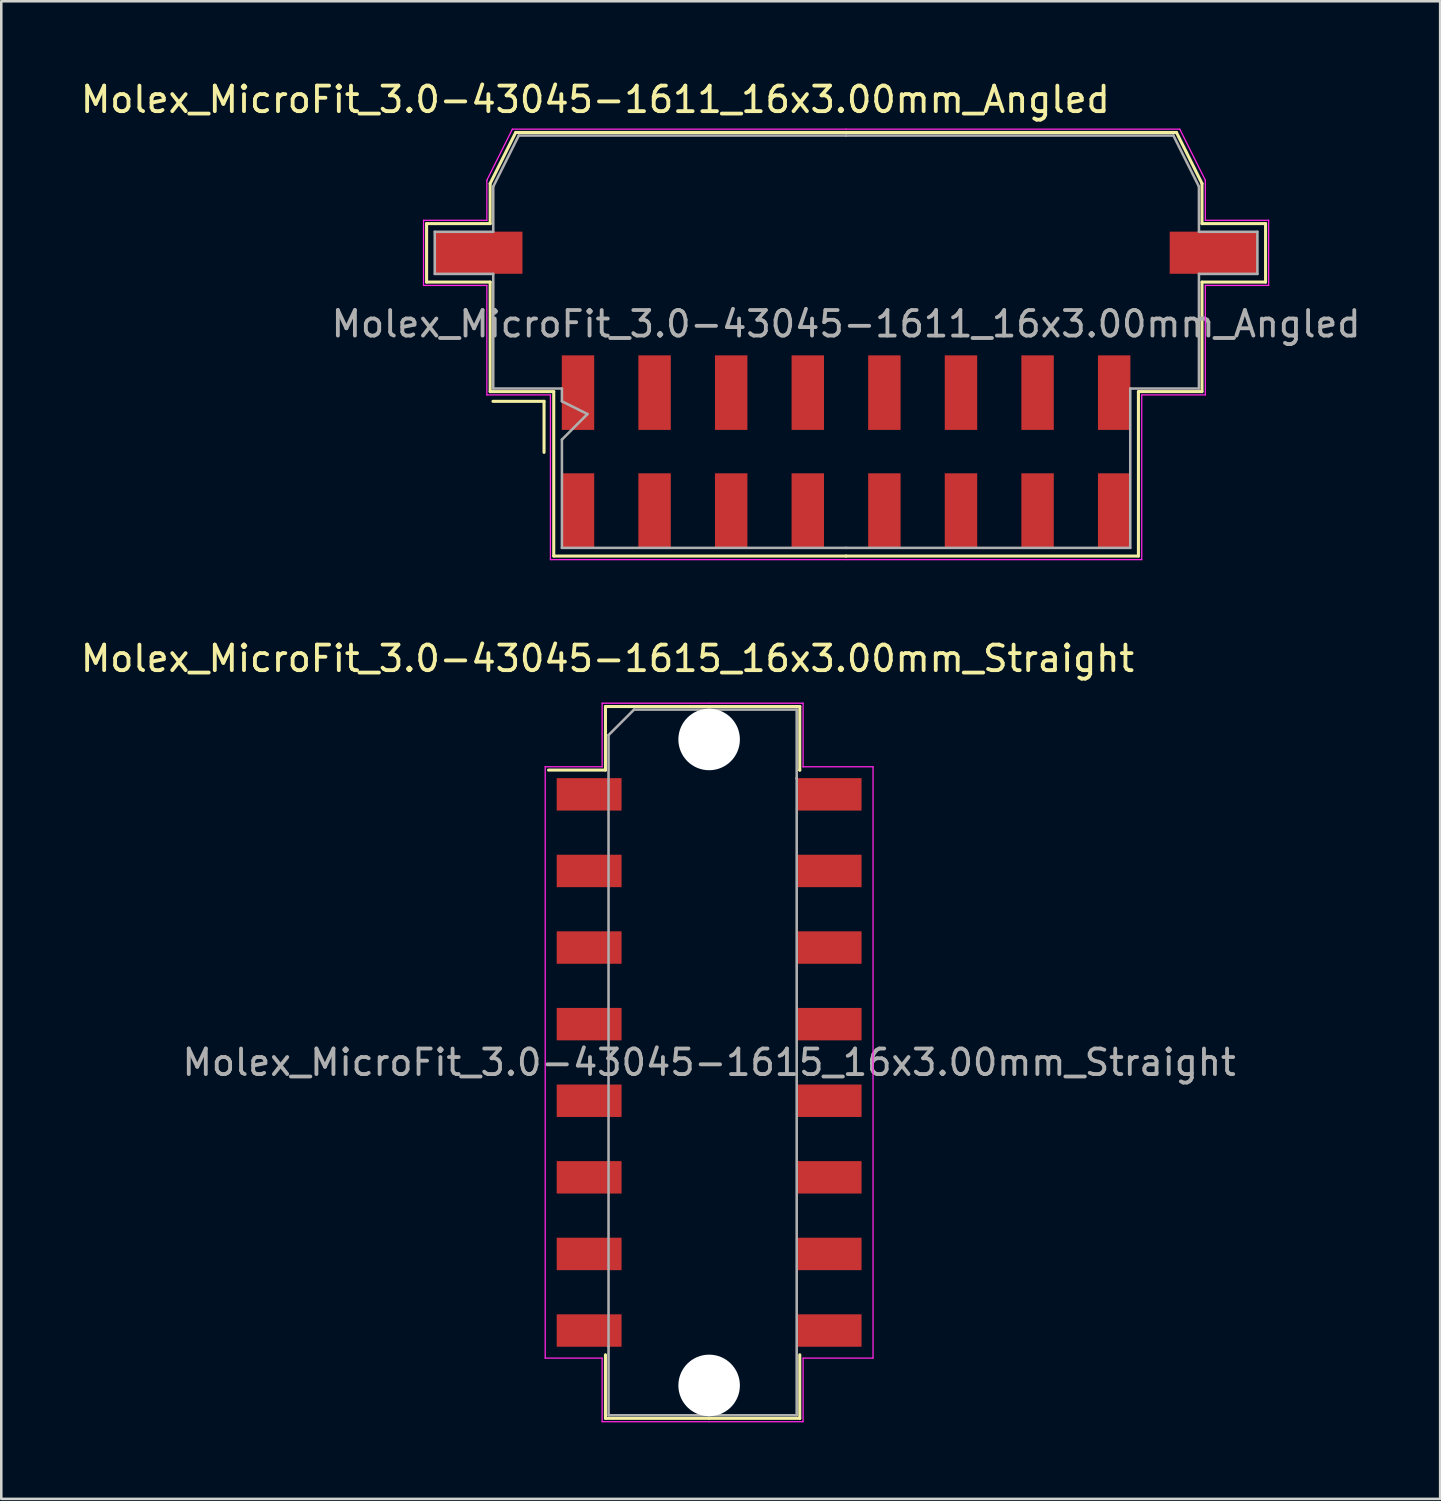
<source format=kicad_pcb>
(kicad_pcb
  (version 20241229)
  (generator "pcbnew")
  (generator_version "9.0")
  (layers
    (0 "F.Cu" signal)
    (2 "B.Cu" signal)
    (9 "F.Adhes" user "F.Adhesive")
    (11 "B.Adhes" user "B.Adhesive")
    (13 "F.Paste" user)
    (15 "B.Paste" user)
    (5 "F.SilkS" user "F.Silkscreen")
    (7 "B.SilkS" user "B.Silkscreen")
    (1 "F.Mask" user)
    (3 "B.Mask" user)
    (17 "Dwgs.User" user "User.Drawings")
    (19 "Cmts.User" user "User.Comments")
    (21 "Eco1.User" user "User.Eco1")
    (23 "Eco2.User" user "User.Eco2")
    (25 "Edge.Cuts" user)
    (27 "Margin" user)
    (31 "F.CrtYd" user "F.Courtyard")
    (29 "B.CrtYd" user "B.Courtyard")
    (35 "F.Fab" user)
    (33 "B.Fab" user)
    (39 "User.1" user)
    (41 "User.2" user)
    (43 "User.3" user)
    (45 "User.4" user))
  (footprint "Molex_MicroFit_3.0-43045-1615_16x3.00mm_Straight"
    (layer "F.Cu")
    (at 24.724 38.562)
    (property "Reference" "Molex_MicroFit_3.0-43045-1615_16x3.00mm_Straight" (at -3.98 -15.82 0) (layer "F.SilkS") (effects (font (size 1 1) (thickness 0.15))))
    (attr smd)
    (fp_line (start -6.29 -11.45) (end -4.06 -11.45) (stroke (width 0.12) (type solid)) (layer "F.SilkS"))
    (fp_line (start -4.06 -13.94) (end 0 -13.94) (stroke (width 0.12) (type solid)) (layer "F.SilkS"))
    (fp_line (start -4.06 -11.45) (end -4.06 -13.94) (stroke (width 0.12) (type solid)) (layer "F.SilkS"))
    (fp_line (start -4.06 13.94) (end -4.06 11.45) (stroke (width 0.12) (type solid)) (layer "F.SilkS"))
    (fp_line (start 0 -13.94) (end 3.55 -13.94) (stroke (width 0.12) (type solid)) (layer "F.SilkS"))
    (fp_line (start 0 13.94) (end -4.06 13.94) (stroke (width 0.12) (type solid)) (layer "F.SilkS"))
    (fp_line (start 3.55 -13.94) (end 3.55 -11.45) (stroke (width 0.12) (type solid)) (layer "F.SilkS"))
    (fp_line (start 3.55 -11.45) (end 3.55 -11.45) (stroke (width 0.12) (type solid)) (layer "F.SilkS"))
    (fp_line (start 3.55 11.45) (end 3.55 13.94) (stroke (width 0.12) (type solid)) (layer "F.SilkS"))
    (fp_line (start 3.55 13.94) (end 0 13.94) (stroke (width 0.12) (type solid)) (layer "F.SilkS"))
    (fp_line (start -6.42 -11.58) (end -4.19 -11.58) (stroke (width 0.05) (type solid)) (layer "F.CrtYd"))
    (fp_line (start -6.42 11.58) (end -6.42 -11.58) (stroke (width 0.05) (type solid)) (layer "F.CrtYd"))
    (fp_line (start -4.19 -14.07) (end 0 -14.07) (stroke (width 0.05) (type solid)) (layer "F.CrtYd"))
    (fp_line (start -4.19 -11.58) (end -4.19 -14.07) (stroke (width 0.05) (type solid)) (layer "F.CrtYd"))
    (fp_line (start -4.19 11.58) (end -6.42 11.58) (stroke (width 0.05) (type solid)) (layer "F.CrtYd"))
    (fp_line (start -4.19 14.07) (end -4.19 11.58) (stroke (width 0.05) (type solid)) (layer "F.CrtYd"))
    (fp_line (start 0 -14.07) (end 3.68 -14.07) (stroke (width 0.05) (type solid)) (layer "F.CrtYd"))
    (fp_line (start 0 14.07) (end -4.19 14.07) (stroke (width 0.05) (type solid)) (layer "F.CrtYd"))
    (fp_line (start 3.68 -14.07) (end 3.68 -11.58) (stroke (width 0.05) (type solid)) (layer "F.CrtYd"))
    (fp_line (start 3.68 -11.58) (end 3.68 -11.58) (stroke (width 0.05) (type solid)) (layer "F.CrtYd"))
    (fp_line (start 3.68 -11.58) (end 6.42 -11.58) (stroke (width 0.05) (type solid)) (layer "F.CrtYd"))
    (fp_line (start 3.68 11.58) (end 3.68 14.07) (stroke (width 0.05) (type solid)) (layer "F.CrtYd"))
    (fp_line (start 3.68 14.07) (end 0 14.07) (stroke (width 0.05) (type solid)) (layer "F.CrtYd"))
    (fp_line (start 6.42 -11.58) (end 6.42 11.58) (stroke (width 0.05) (type solid)) (layer "F.CrtYd"))
    (fp_line (start 6.42 11.58) (end 3.68 11.58) (stroke (width 0.05) (type solid)) (layer "F.CrtYd"))
    (fp_line (start -3.94 -12.82) (end -2.94 -13.82) (stroke (width 0.1) (type solid)) (layer "F.Fab"))
    (fp_line (start -3.94 11.13) (end -3.94 -12.82) (stroke (width 0.1) (type solid)) (layer "F.Fab"))
    (fp_line (start -3.94 13.82) (end -3.94 11.13) (stroke (width 0.1) (type solid)) (layer "F.Fab"))
    (fp_line (start -2.94 -13.82) (end 0 -13.82) (stroke (width 0.1) (type solid)) (layer "F.Fab"))
    (fp_line (start 0 -13.82) (end 3.43 -13.82) (stroke (width 0.1) (type solid)) (layer "F.Fab"))
    (fp_line (start 0 13.82) (end -3.94 13.82) (stroke (width 0.1) (type solid)) (layer "F.Fab"))
    (fp_line (start 3.43 -13.82) (end 3.43 -11.13) (stroke (width 0.1) (type solid)) (layer "F.Fab"))
    (fp_line (start 3.43 -11.13) (end 3.43 -11.13) (stroke (width 0.1) (type solid)) (layer "F.Fab"))
    (fp_line (start 3.43 -11.13) (end 3.43 13.82) (stroke (width 0.1) (type solid)) (layer "F.Fab"))
    (fp_line (start 3.43 13.82) (end 0 13.82) (stroke (width 0.1) (type solid)) (layer "F.Fab"))
    (fp_text user "${REFERENCE}" (at 0 0 0) (layer "F.Fab") (effects (font (size 1 1) (thickness 0.15))))
    (pad "" np_thru_hole circle (at 0 -12.65) (size 2.41 2.41) (drill 2.41) (layers "*.Cu"))
    (pad "" np_thru_hole circle (at 0 12.65) (size 2.41 2.41) (drill 2.41) (layers "*.Cu"))
    (pad "1" smd rect (at -4.7 -10.5) (size 2.54 1.27) (layers "F.Cu" "F.Mask" "F.Paste"))
    (pad "2" smd rect (at -4.7 -7.5) (size 2.54 1.27) (layers "F.Cu" "F.Mask" "F.Paste"))
    (pad "3" smd rect (at -4.7 -4.5) (size 2.54 1.27) (layers "F.Cu" "F.Mask" "F.Paste"))
    (pad "4" smd rect (at -4.7 -1.5) (size 2.54 1.27) (layers "F.Cu" "F.Mask" "F.Paste"))
    (pad "5" smd rect (at -4.7 1.5) (size 2.54 1.27) (layers "F.Cu" "F.Mask" "F.Paste"))
    (pad "6" smd rect (at -4.7 4.5) (size 2.54 1.27) (layers "F.Cu" "F.Mask" "F.Paste"))
    (pad "7" smd rect (at -4.7 7.5) (size 2.54 1.27) (layers "F.Cu" "F.Mask" "F.Paste"))
    (pad "8" smd rect (at -4.7 10.5) (size 2.54 1.27) (layers "F.Cu" "F.Mask" "F.Paste"))
    (pad "9" smd rect (at 4.7 10.5) (size 2.54 1.27) (layers "F.Cu" "F.Mask" "F.Paste"))
    (pad "10" smd rect (at 4.7 7.5) (size 2.54 1.27) (layers "F.Cu" "F.Mask" "F.Paste"))
    (pad "11" smd rect (at 4.7 4.5) (size 2.54 1.27) (layers "F.Cu" "F.Mask" "F.Paste"))
    (pad "12" smd rect (at 4.7 1.5) (size 2.54 1.27) (layers "F.Cu" "F.Mask" "F.Paste"))
    (pad "13" smd rect (at 4.7 -1.5) (size 2.54 1.27) (layers "F.Cu" "F.Mask" "F.Paste"))
    (pad "14" smd rect (at 4.7 -4.5) (size 2.54 1.27) (layers "F.Cu" "F.Mask" "F.Paste"))
    (pad "15" smd rect (at 4.7 -7.5) (size 2.54 1.27) (layers "F.Cu" "F.Mask" "F.Paste"))
    (pad "16" smd rect (at 4.7 -10.5) (size 2.54 1.27) (layers "F.Cu" "F.Mask" "F.Paste")))
  (footprint "Molex_MicroFit_3.0-43045-1611_16x3.00mm_Angled"
    (layer "F.Cu")
    (at 30.088 14.638)
    (property "Reference" "Molex_MicroFit_3.0-43045-1611_16x3.00mm_Angled" (at -9.82 -13.79 0) (layer "F.SilkS") (effects (font (size 1 1) (thickness 0.15))))
    (attr smd)
    (fp_line (start -16.43 -8.93) (end -16.43 -6.64) (stroke (width 0.12) (type solid)) (layer "F.SilkS"))
    (fp_line (start -16.43 -6.64) (end -13.94 -6.64) (stroke (width 0.12) (type solid)) (layer "F.SilkS"))
    (fp_line (start -13.94 -10.5) (end -13.94 -8.93) (stroke (width 0.12) (type solid)) (layer "F.SilkS"))
    (fp_line (start -13.94 -8.93) (end -16.43 -8.93) (stroke (width 0.12) (type solid)) (layer "F.SilkS"))
    (fp_line (start -13.94 -6.64) (end -13.94 -2.35) (stroke (width 0.12) (type solid)) (layer "F.SilkS"))
    (fp_line (start -13.94 -2.35) (end -11.45 -2.35) (stroke (width 0.12) (type solid)) (layer "F.SilkS"))
    (fp_line (start -13.83 -1.97) (end -11.83 -1.97) (stroke (width 0.12) (type solid)) (layer "F.SilkS"))
    (fp_line (start -12.94 -12.5) (end -13.94 -10.5) (stroke (width 0.12) (type solid)) (layer "F.SilkS"))
    (fp_line (start -11.83 -1.97) (end -11.83 0.03) (stroke (width 0.12) (type solid)) (layer "F.SilkS"))
    (fp_line (start -11.45 -2.35) (end -11.45 4.09) (stroke (width 0.12) (type solid)) (layer "F.SilkS"))
    (fp_line (start -11.45 4.09) (end 0 4.09) (stroke (width 0.12) (type solid)) (layer "F.SilkS"))
    (fp_line (start 0 -12.5) (end -12.94 -12.5) (stroke (width 0.12) (type solid)) (layer "F.SilkS"))
    (fp_line (start 0 -12.5) (end 12.94 -12.5) (stroke (width 0.12) (type solid)) (layer "F.SilkS"))
    (fp_line (start 11.45 -2.35) (end 11.45 4.09) (stroke (width 0.12) (type solid)) (layer "F.SilkS"))
    (fp_line (start 11.45 4.09) (end 0 4.09) (stroke (width 0.12) (type solid)) (layer "F.SilkS"))
    (fp_line (start 12.94 -12.5) (end 13.94 -10.5) (stroke (width 0.12) (type solid)) (layer "F.SilkS"))
    (fp_line (start 13.94 -10.5) (end 13.94 -8.93) (stroke (width 0.12) (type solid)) (layer "F.SilkS"))
    (fp_line (start 13.94 -8.93) (end 16.43 -8.93) (stroke (width 0.12) (type solid)) (layer "F.SilkS"))
    (fp_line (start 13.94 -6.64) (end 13.94 -2.35) (stroke (width 0.12) (type solid)) (layer "F.SilkS"))
    (fp_line (start 13.94 -2.35) (end 11.45 -2.35) (stroke (width 0.12) (type solid)) (layer "F.SilkS"))
    (fp_line (start 16.43 -8.93) (end 16.43 -6.64) (stroke (width 0.12) (type solid)) (layer "F.SilkS"))
    (fp_line (start 16.43 -6.64) (end 13.94 -6.64) (stroke (width 0.12) (type solid)) (layer "F.SilkS"))
    (fp_line (start -16.55 -9.06) (end -16.55 -6.51) (stroke (width 0.05) (type solid)) (layer "F.CrtYd"))
    (fp_line (start -16.55 -6.51) (end -14.07 -6.51) (stroke (width 0.05) (type solid)) (layer "F.CrtYd"))
    (fp_line (start -14.07 -10.63) (end -14.07 -9.06) (stroke (width 0.05) (type solid)) (layer "F.CrtYd"))
    (fp_line (start -14.07 -9.06) (end -16.55 -9.06) (stroke (width 0.05) (type solid)) (layer "F.CrtYd"))
    (fp_line (start -14.07 -6.51) (end -14.07 -2.22) (stroke (width 0.05) (type solid)) (layer "F.CrtYd"))
    (fp_line (start -14.07 -2.22) (end -11.58 -2.22) (stroke (width 0.05) (type solid)) (layer "F.CrtYd"))
    (fp_line (start -13.07 -12.63) (end -14.07 -10.63) (stroke (width 0.05) (type solid)) (layer "F.CrtYd"))
    (fp_line (start -11.58 -2.22) (end -11.58 4.23) (stroke (width 0.05) (type solid)) (layer "F.CrtYd"))
    (fp_line (start -11.58 4.23) (end 0 4.23) (stroke (width 0.05) (type solid)) (layer "F.CrtYd"))
    (fp_line (start 0 -12.63) (end -13.07 -12.63) (stroke (width 0.05) (type solid)) (layer "F.CrtYd"))
    (fp_line (start 0 -12.63) (end 13.07 -12.63) (stroke (width 0.05) (type solid)) (layer "F.CrtYd"))
    (fp_line (start 11.58 -2.22) (end 11.58 4.23) (stroke (width 0.05) (type solid)) (layer "F.CrtYd"))
    (fp_line (start 11.58 4.23) (end 0 4.23) (stroke (width 0.05) (type solid)) (layer "F.CrtYd"))
    (fp_line (start 13.07 -12.63) (end 14.07 -10.63) (stroke (width 0.05) (type solid)) (layer "F.CrtYd"))
    (fp_line (start 14.07 -10.63) (end 14.07 -9.06) (stroke (width 0.05) (type solid)) (layer "F.CrtYd"))
    (fp_line (start 14.07 -9.06) (end 16.55 -9.06) (stroke (width 0.05) (type solid)) (layer "F.CrtYd"))
    (fp_line (start 14.07 -6.51) (end 14.07 -2.22) (stroke (width 0.05) (type solid)) (layer "F.CrtYd"))
    (fp_line (start 14.07 -2.22) (end 11.58 -2.22) (stroke (width 0.05) (type solid)) (layer "F.CrtYd"))
    (fp_line (start 16.55 -9.06) (end 16.55 -6.51) (stroke (width 0.05) (type solid)) (layer "F.CrtYd"))
    (fp_line (start 16.55 -6.51) (end 14.07 -6.51) (stroke (width 0.05) (type solid)) (layer "F.CrtYd"))
    (fp_line (start -16.11 -8.61) (end -16.11 -6.96) (stroke (width 0.1) (type solid)) (layer "F.Fab"))
    (fp_line (start -16.11 -6.96) (end -13.82 -6.96) (stroke (width 0.1) (type solid)) (layer "F.Fab"))
    (fp_line (start -13.82 -10.38) (end -13.82 -8.61) (stroke (width 0.1) (type solid)) (layer "F.Fab"))
    (fp_line (start -13.82 -8.61) (end -16.11 -8.61) (stroke (width 0.1) (type solid)) (layer "F.Fab"))
    (fp_line (start -13.82 -6.96) (end -13.82 -2.47) (stroke (width 0.1) (type solid)) (layer "F.Fab"))
    (fp_line (start -13.82 -2.47) (end -11.13 -2.47) (stroke (width 0.1) (type solid)) (layer "F.Fab"))
    (fp_line (start -12.82 -12.38) (end -13.82 -10.38) (stroke (width 0.1) (type solid)) (layer "F.Fab"))
    (fp_line (start -11.13 -2.47) (end -11.13 -1.97) (stroke (width 0.1) (type solid)) (layer "F.Fab"))
    (fp_line (start -11.13 -1.97) (end -10.13 -1.47) (stroke (width 0.1) (type solid)) (layer "F.Fab"))
    (fp_line (start -11.13 -0.47) (end -11.13 3.77) (stroke (width 0.1) (type solid)) (layer "F.Fab"))
    (fp_line (start -11.13 3.77) (end 0 3.77) (stroke (width 0.1) (type solid)) (layer "F.Fab"))
    (fp_line (start -10.13 -1.47) (end -11.13 -0.47) (stroke (width 0.1) (type solid)) (layer "F.Fab"))
    (fp_line (start 0 -12.38) (end -12.82 -12.38) (stroke (width 0.1) (type solid)) (layer "F.Fab"))
    (fp_line (start 0 -12.38) (end 12.82 -12.38) (stroke (width 0.1) (type solid)) (layer "F.Fab"))
    (fp_line (start 11.13 -2.47) (end 11.13 3.77) (stroke (width 0.1) (type solid)) (layer "F.Fab"))
    (fp_line (start 11.13 3.77) (end 0 3.77) (stroke (width 0.1) (type solid)) (layer "F.Fab"))
    (fp_line (start 12.82 -12.38) (end 13.82 -10.38) (stroke (width 0.1) (type solid)) (layer "F.Fab"))
    (fp_line (start 13.82 -10.38) (end 13.82 -8.61) (stroke (width 0.1) (type solid)) (layer "F.Fab"))
    (fp_line (start 13.82 -8.61) (end 16.11 -8.61) (stroke (width 0.1) (type solid)) (layer "F.Fab"))
    (fp_line (start 13.82 -6.96) (end 13.82 -2.47) (stroke (width 0.1) (type solid)) (layer "F.Fab"))
    (fp_line (start 13.82 -2.47) (end 11.13 -2.47) (stroke (width 0.1) (type solid)) (layer "F.Fab"))
    (fp_line (start 16.11 -8.61) (end 16.11 -6.96) (stroke (width 0.1) (type solid)) (layer "F.Fab"))
    (fp_line (start 16.11 -6.96) (end 13.82 -6.96) (stroke (width 0.1) (type solid)) (layer "F.Fab"))
    (fp_text user "${REFERENCE}" (at 0 -5 0) (layer "F.Fab") (effects (font (size 1 1) (thickness 0.15))))
    (pad "" smd rect (at -14.39 -7.79) (size 3.43 1.65) (layers "F.Cu" "F.Mask" "F.Paste"))
    (pad "" smd rect (at 14.39 -7.79) (size 3.43 1.65) (layers "F.Cu" "F.Mask" "F.Paste"))
    (pad "1" smd rect (at -10.5 -2.31) (size 1.27 2.92) (layers "F.Cu" "F.Mask" "F.Paste"))
    (pad "2" smd rect (at -7.5 -2.31) (size 1.27 2.92) (layers "F.Cu" "F.Mask" "F.Paste"))
    (pad "3" smd rect (at -4.5 -2.31) (size 1.27 2.92) (layers "F.Cu" "F.Mask" "F.Paste"))
    (pad "4" smd rect (at -1.5 -2.31) (size 1.27 2.92) (layers "F.Cu" "F.Mask" "F.Paste"))
    (pad "5" smd rect (at 1.5 -2.31) (size 1.27 2.92) (layers "F.Cu" "F.Mask" "F.Paste"))
    (pad "6" smd rect (at 4.5 -2.31) (size 1.27 2.92) (layers "F.Cu" "F.Mask" "F.Paste"))
    (pad "7" smd rect (at 7.5 -2.31) (size 1.27 2.92) (layers "F.Cu" "F.Mask" "F.Paste"))
    (pad "8" smd rect (at 10.5 -2.31) (size 1.27 2.92) (layers "F.Cu" "F.Mask" "F.Paste"))
    (pad "9" smd rect (at 10.5 2.31) (size 1.27 2.92) (layers "F.Cu" "F.Mask" "F.Paste"))
    (pad "10" smd rect (at 7.5 2.31) (size 1.27 2.92) (layers "F.Cu" "F.Mask" "F.Paste"))
    (pad "11" smd rect (at 4.5 2.31) (size 1.27 2.92) (layers "F.Cu" "F.Mask" "F.Paste"))
    (pad "12" smd rect (at 1.5 2.31) (size 1.27 2.92) (layers "F.Cu" "F.Mask" "F.Paste"))
    (pad "13" smd rect (at -1.5 2.31) (size 1.27 2.92) (layers "F.Cu" "F.Mask" "F.Paste"))
    (pad "14" smd rect (at -4.5 2.31) (size 1.27 2.92) (layers "F.Cu" "F.Mask" "F.Paste"))
    (pad "15" smd rect (at -7.5 2.31) (size 1.27 2.92) (layers "F.Cu" "F.Mask" "F.Paste"))
    (pad "16" smd rect (at -10.5 2.31) (size 1.27 2.92) (layers "F.Cu" "F.Mask" "F.Paste")))
  (gr_rect
    (start -3 -3)
    (end 53.356 55.657)
    (stroke (width 0.1) (type default))
    (fill no)
    (layer "Edge.Cuts")))
</source>
